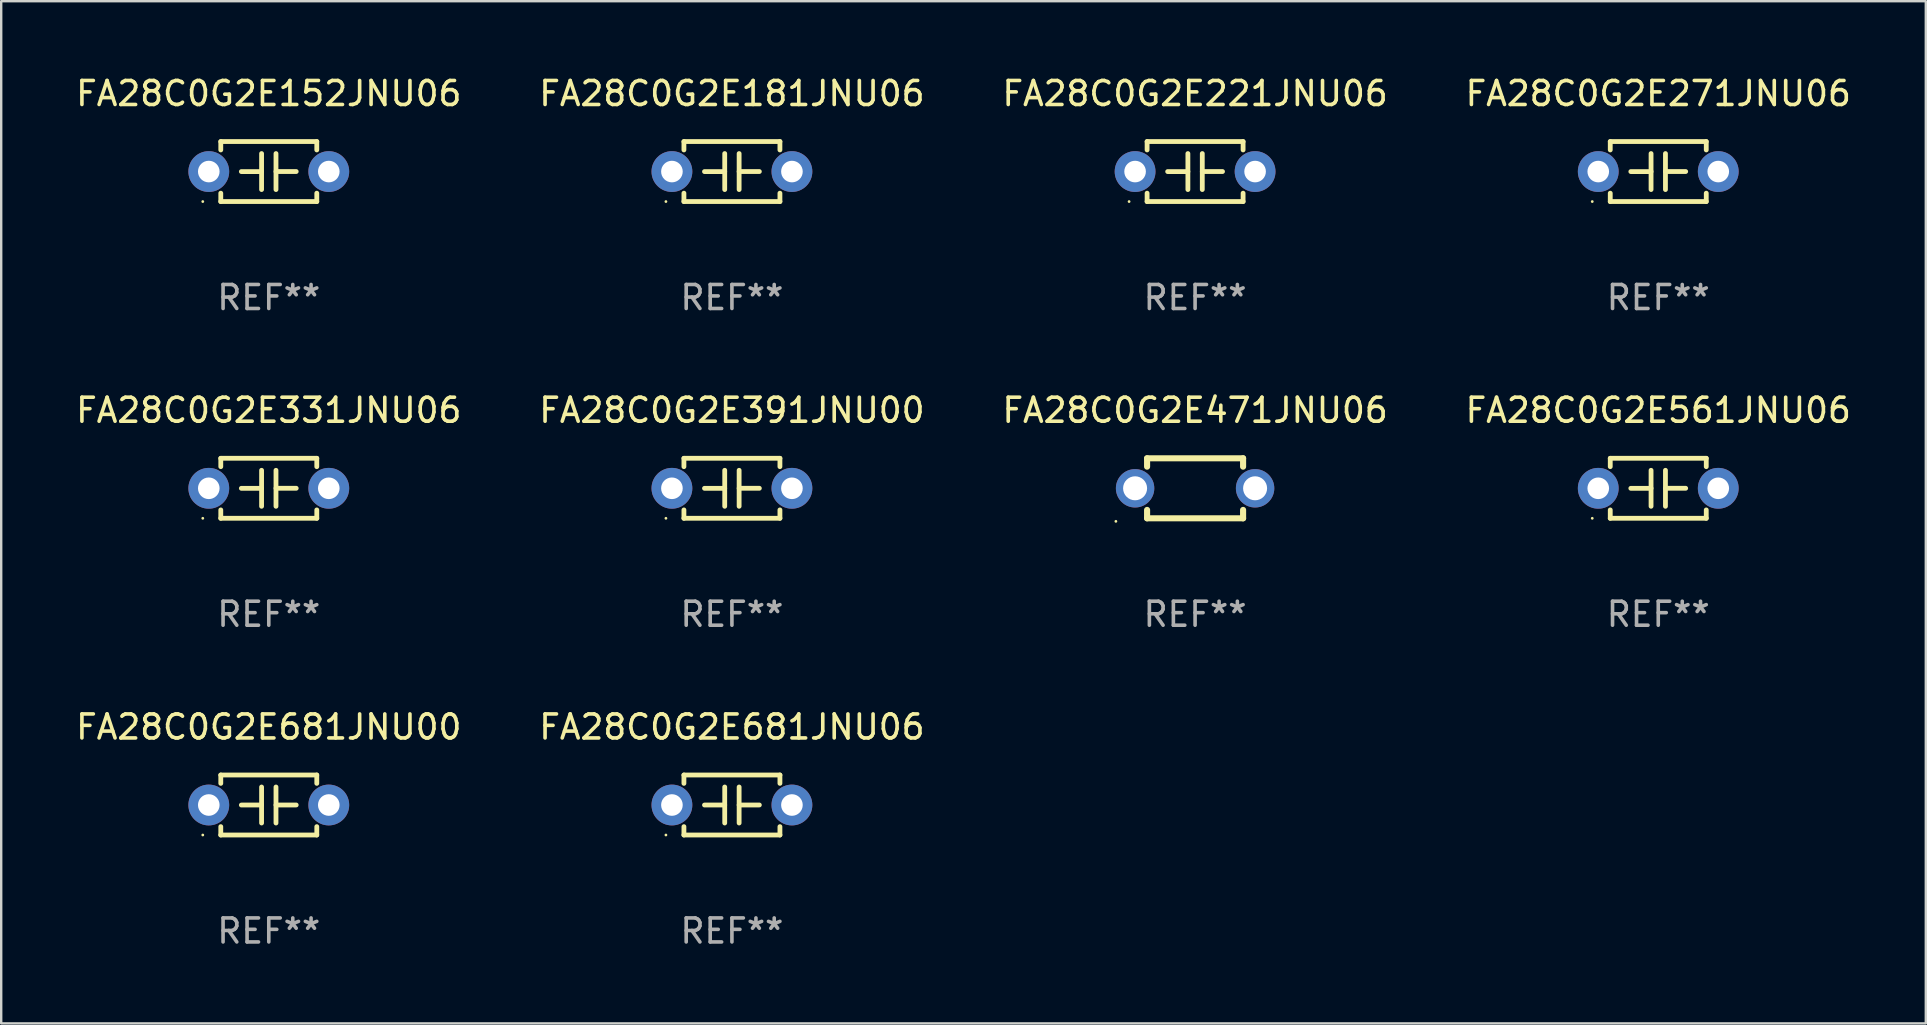
<source format=kicad_pcb>
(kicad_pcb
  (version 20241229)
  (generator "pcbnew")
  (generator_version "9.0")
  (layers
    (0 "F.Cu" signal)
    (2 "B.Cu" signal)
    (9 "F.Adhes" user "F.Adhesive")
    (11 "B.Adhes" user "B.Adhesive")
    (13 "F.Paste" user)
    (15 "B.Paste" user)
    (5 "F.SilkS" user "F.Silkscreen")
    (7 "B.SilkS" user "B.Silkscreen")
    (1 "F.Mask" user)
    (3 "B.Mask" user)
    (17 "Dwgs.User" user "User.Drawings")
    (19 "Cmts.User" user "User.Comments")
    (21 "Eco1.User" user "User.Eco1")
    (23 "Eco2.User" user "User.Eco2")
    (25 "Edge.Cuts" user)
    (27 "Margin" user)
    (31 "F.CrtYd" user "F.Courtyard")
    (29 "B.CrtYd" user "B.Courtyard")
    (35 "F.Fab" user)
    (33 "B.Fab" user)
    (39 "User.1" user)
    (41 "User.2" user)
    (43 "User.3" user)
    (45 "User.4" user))
  (footprint "FA28C0G2E221JNU06"
    (layer "F.Cu")
    (at 46.744 4.098)
    (property "Reference" "FA28C0G2E221JNU06" (at 0 -3.25 0) (layer "F.SilkS") (effects (font (size 1 1) (thickness 0.15))))
    (attr through_hole)
    (fp_line (start -2 -1.25) (end -2 -0.901) (stroke (width 0.2) (type solid)) (layer "F.SilkS"))
    (fp_line (start -2 -1.25) (end 2 -1.25) (stroke (width 0.2) (type solid)) (layer "F.SilkS"))
    (fp_line (start -2 0.901) (end -2 1.25) (stroke (width 0.2) (type solid)) (layer "F.SilkS"))
    (fp_line (start -0.3 -0.75) (end -0.3 0.75) (stroke (width 0.2) (type solid)) (layer "F.SilkS"))
    (fp_line (start -0.3 0.001) (end -1.143 0.001) (stroke (width 0.2) (type solid)) (layer "F.SilkS"))
    (fp_line (start 0.3 -0.001) (end 1.143 -0.001) (stroke (width 0.2) (type solid)) (layer "F.SilkS"))
    (fp_line (start 0.3 0.75) (end 0.3 -0.75) (stroke (width 0.2) (type solid)) (layer "F.SilkS"))
    (fp_line (start 2 -1.25) (end 2 -0.901) (stroke (width 0.2) (type solid)) (layer "F.SilkS"))
    (fp_line (start 2 0.901) (end 2 1.25) (stroke (width 0.2) (type solid)) (layer "F.SilkS"))
    (fp_line (start 2 1.25) (end -2 1.25) (stroke (width 0.2) (type solid)) (layer "F.SilkS"))
    (fp_circle (center -2.75 1.25) (end -2.72 1.25) (stroke (width 0.06) (type solid)) (fill no) (layer "F.SilkS"))
    (fp_text user "REF**" (at 0 5.25 0) (layer "F.Fab") (effects (font (size 1 1) (thickness 0.15))))
    (pad "1" thru_hole circle (at -2.5 0) (size 1.7 1.7) (drill 0.9) (layers "*.Cu" "*.Mask"))
    (pad "2" thru_hole circle (at 2.5 0) (size 1.7 1.7) (drill 0.9) (layers "*.Cu" "*.Mask")))
  (footprint "FA28C0G2E391JNU00"
    (layer "F.Cu")
    (at 27.446 17.295)
    (property "Reference" "FA28C0G2E391JNU00" (at 0 -3.25 0) (layer "F.SilkS") (effects (font (size 1 1) (thickness 0.15))))
    (attr through_hole)
    (fp_line (start -2 -1.25) (end -2 -0.901) (stroke (width 0.2) (type solid)) (layer "F.SilkS"))
    (fp_line (start -2 -1.25) (end 2 -1.25) (stroke (width 0.2) (type solid)) (layer "F.SilkS"))
    (fp_line (start -2 0.901) (end -2 1.25) (stroke (width 0.2) (type solid)) (layer "F.SilkS"))
    (fp_line (start -0.3 -0.75) (end -0.3 0.75) (stroke (width 0.2) (type solid)) (layer "F.SilkS"))
    (fp_line (start -0.3 0.001) (end -1.143 0.001) (stroke (width 0.2) (type solid)) (layer "F.SilkS"))
    (fp_line (start 0.3 -0.001) (end 1.143 -0.001) (stroke (width 0.2) (type solid)) (layer "F.SilkS"))
    (fp_line (start 0.3 0.75) (end 0.3 -0.75) (stroke (width 0.2) (type solid)) (layer "F.SilkS"))
    (fp_line (start 2 -1.25) (end 2 -0.901) (stroke (width 0.2) (type solid)) (layer "F.SilkS"))
    (fp_line (start 2 0.901) (end 2 1.25) (stroke (width 0.2) (type solid)) (layer "F.SilkS"))
    (fp_line (start 2 1.25) (end -2 1.25) (stroke (width 0.2) (type solid)) (layer "F.SilkS"))
    (fp_circle (center -2.75 1.25) (end -2.72 1.25) (stroke (width 0.06) (type solid)) (fill no) (layer "F.SilkS"))
    (fp_text user "REF**" (at 0 5.25 0) (layer "F.Fab") (effects (font (size 1 1) (thickness 0.15))))
    (pad "1" thru_hole circle (at -2.5 0) (size 1.7 1.7) (drill 0.9) (layers "*.Cu" "*.Mask"))
    (pad "2" thru_hole circle (at 2.5 0) (size 1.7 1.7) (drill 0.9) (layers "*.Cu" "*.Mask")))
  (footprint "FA28C0G2E331JNU06"
    (layer "F.Cu")
    (at 8.149 17.295)
    (property "Reference" "FA28C0G2E331JNU06" (at 0 -3.25 0) (layer "F.SilkS") (effects (font (size 1 1) (thickness 0.15))))
    (attr through_hole)
    (fp_line (start -2 -1.25) (end -2 -0.901) (stroke (width 0.2) (type solid)) (layer "F.SilkS"))
    (fp_line (start -2 -1.25) (end 2 -1.25) (stroke (width 0.2) (type solid)) (layer "F.SilkS"))
    (fp_line (start -2 0.901) (end -2 1.25) (stroke (width 0.2) (type solid)) (layer "F.SilkS"))
    (fp_line (start -0.3 -0.75) (end -0.3 0.75) (stroke (width 0.2) (type solid)) (layer "F.SilkS"))
    (fp_line (start -0.3 0.001) (end -1.143 0.001) (stroke (width 0.2) (type solid)) (layer "F.SilkS"))
    (fp_line (start 0.3 -0.001) (end 1.143 -0.001) (stroke (width 0.2) (type solid)) (layer "F.SilkS"))
    (fp_line (start 0.3 0.75) (end 0.3 -0.75) (stroke (width 0.2) (type solid)) (layer "F.SilkS"))
    (fp_line (start 2 -1.25) (end 2 -0.901) (stroke (width 0.2) (type solid)) (layer "F.SilkS"))
    (fp_line (start 2 0.901) (end 2 1.25) (stroke (width 0.2) (type solid)) (layer "F.SilkS"))
    (fp_line (start 2 1.25) (end -2 1.25) (stroke (width 0.2) (type solid)) (layer "F.SilkS"))
    (fp_circle (center -2.75 1.25) (end -2.72 1.25) (stroke (width 0.06) (type solid)) (fill no) (layer "F.SilkS"))
    (fp_text user "REF**" (at 0 5.25 0) (layer "F.Fab") (effects (font (size 1 1) (thickness 0.15))))
    (pad "1" thru_hole circle (at -2.5 0) (size 1.7 1.7) (drill 0.9) (layers "*.Cu" "*.Mask"))
    (pad "2" thru_hole circle (at 2.5 0) (size 1.7 1.7) (drill 0.9) (layers "*.Cu" "*.Mask")))
  (footprint "FA28C0G2E561JNU06"
    (layer "F.Cu")
    (at 66.042 17.295)
    (property "Reference" "FA28C0G2E561JNU06" (at 0 -3.25 0) (layer "F.SilkS") (effects (font (size 1 1) (thickness 0.15))))
    (attr through_hole)
    (fp_line (start -2 -1.25) (end -2 -0.901) (stroke (width 0.2) (type solid)) (layer "F.SilkS"))
    (fp_line (start -2 -1.25) (end 2 -1.25) (stroke (width 0.2) (type solid)) (layer "F.SilkS"))
    (fp_line (start -2 0.901) (end -2 1.25) (stroke (width 0.2) (type solid)) (layer "F.SilkS"))
    (fp_line (start -0.3 -0.75) (end -0.3 0.75) (stroke (width 0.2) (type solid)) (layer "F.SilkS"))
    (fp_line (start -0.3 0.001) (end -1.143 0.001) (stroke (width 0.2) (type solid)) (layer "F.SilkS"))
    (fp_line (start 0.3 -0.001) (end 1.143 -0.001) (stroke (width 0.2) (type solid)) (layer "F.SilkS"))
    (fp_line (start 0.3 0.75) (end 0.3 -0.75) (stroke (width 0.2) (type solid)) (layer "F.SilkS"))
    (fp_line (start 2 -1.25) (end 2 -0.901) (stroke (width 0.2) (type solid)) (layer "F.SilkS"))
    (fp_line (start 2 0.901) (end 2 1.25) (stroke (width 0.2) (type solid)) (layer "F.SilkS"))
    (fp_line (start 2 1.25) (end -2 1.25) (stroke (width 0.2) (type solid)) (layer "F.SilkS"))
    (fp_circle (center -2.75 1.25) (end -2.72 1.25) (stroke (width 0.06) (type solid)) (fill no) (layer "F.SilkS"))
    (fp_text user "REF**" (at 0 5.25 0) (layer "F.Fab") (effects (font (size 1 1) (thickness 0.15))))
    (pad "1" thru_hole circle (at -2.5 0) (size 1.7 1.7) (drill 0.9) (layers "*.Cu" "*.Mask"))
    (pad "2" thru_hole circle (at 2.5 0) (size 1.7 1.7) (drill 0.9) (layers "*.Cu" "*.Mask")))
  (footprint "FA28C0G2E181JNU06"
    (layer "F.Cu")
    (at 27.446 4.098)
    (property "Reference" "FA28C0G2E181JNU06" (at 0 -3.25 0) (layer "F.SilkS") (effects (font (size 1 1) (thickness 0.15))))
    (attr through_hole)
    (fp_line (start -2 -1.25) (end -2 -0.901) (stroke (width 0.2) (type solid)) (layer "F.SilkS"))
    (fp_line (start -2 -1.25) (end 2 -1.25) (stroke (width 0.2) (type solid)) (layer "F.SilkS"))
    (fp_line (start -2 0.901) (end -2 1.25) (stroke (width 0.2) (type solid)) (layer "F.SilkS"))
    (fp_line (start -0.3 -0.75) (end -0.3 0.75) (stroke (width 0.2) (type solid)) (layer "F.SilkS"))
    (fp_line (start -0.3 0.001) (end -1.143 0.001) (stroke (width 0.2) (type solid)) (layer "F.SilkS"))
    (fp_line (start 0.3 -0.001) (end 1.143 -0.001) (stroke (width 0.2) (type solid)) (layer "F.SilkS"))
    (fp_line (start 0.3 0.75) (end 0.3 -0.75) (stroke (width 0.2) (type solid)) (layer "F.SilkS"))
    (fp_line (start 2 -1.25) (end 2 -0.901) (stroke (width 0.2) (type solid)) (layer "F.SilkS"))
    (fp_line (start 2 0.901) (end 2 1.25) (stroke (width 0.2) (type solid)) (layer "F.SilkS"))
    (fp_line (start 2 1.25) (end -2 1.25) (stroke (width 0.2) (type solid)) (layer "F.SilkS"))
    (fp_circle (center -2.75 1.25) (end -2.72 1.25) (stroke (width 0.06) (type solid)) (fill no) (layer "F.SilkS"))
    (fp_text user "REF**" (at 0 5.25 0) (layer "F.Fab") (effects (font (size 1 1) (thickness 0.15))))
    (pad "1" thru_hole circle (at -2.5 0) (size 1.7 1.7) (drill 0.9) (layers "*.Cu" "*.Mask"))
    (pad "2" thru_hole circle (at 2.5 0) (size 1.7 1.7) (drill 0.9) (layers "*.Cu" "*.Mask")))
  (footprint "FA28C0G2E681JNU00"
    (layer "F.Cu")
    (at 8.149 30.491)
    (property "Reference" "FA28C0G2E681JNU00" (at 0 -3.25 0) (layer "F.SilkS") (effects (font (size 1 1) (thickness 0.15))))
    (attr through_hole)
    (fp_line (start -2 -1.25) (end -2 -0.901) (stroke (width 0.2) (type solid)) (layer "F.SilkS"))
    (fp_line (start -2 -1.25) (end 2 -1.25) (stroke (width 0.2) (type solid)) (layer "F.SilkS"))
    (fp_line (start -2 0.901) (end -2 1.25) (stroke (width 0.2) (type solid)) (layer "F.SilkS"))
    (fp_line (start -0.3 -0.75) (end -0.3 0.75) (stroke (width 0.2) (type solid)) (layer "F.SilkS"))
    (fp_line (start -0.3 0.001) (end -1.143 0.001) (stroke (width 0.2) (type solid)) (layer "F.SilkS"))
    (fp_line (start 0.3 -0.001) (end 1.143 -0.001) (stroke (width 0.2) (type solid)) (layer "F.SilkS"))
    (fp_line (start 0.3 0.75) (end 0.3 -0.75) (stroke (width 0.2) (type solid)) (layer "F.SilkS"))
    (fp_line (start 2 -1.25) (end 2 -0.901) (stroke (width 0.2) (type solid)) (layer "F.SilkS"))
    (fp_line (start 2 0.901) (end 2 1.25) (stroke (width 0.2) (type solid)) (layer "F.SilkS"))
    (fp_line (start 2 1.25) (end -2 1.25) (stroke (width 0.2) (type solid)) (layer "F.SilkS"))
    (fp_circle (center -2.75 1.25) (end -2.72 1.25) (stroke (width 0.06) (type solid)) (fill no) (layer "F.SilkS"))
    (fp_text user "REF**" (at 0 5.25 0) (layer "F.Fab") (effects (font (size 1 1) (thickness 0.15))))
    (pad "1" thru_hole circle (at -2.5 0) (size 1.7 1.7) (drill 0.9) (layers "*.Cu" "*.Mask"))
    (pad "2" thru_hole circle (at 2.5 0) (size 1.7 1.7) (drill 0.9) (layers "*.Cu" "*.Mask")))
  (footprint "FA28C0G2E152JNU06"
    (layer "F.Cu")
    (at 8.149 4.098)
    (property "Reference" "FA28C0G2E152JNU06" (at 0 -3.25 0) (layer "F.SilkS") (effects (font (size 1 1) (thickness 0.15))))
    (attr through_hole)
    (fp_line (start -2 -1.25) (end -2 -0.901) (stroke (width 0.2) (type solid)) (layer "F.SilkS"))
    (fp_line (start -2 -1.25) (end 2 -1.25) (stroke (width 0.2) (type solid)) (layer "F.SilkS"))
    (fp_line (start -2 0.901) (end -2 1.25) (stroke (width 0.2) (type solid)) (layer "F.SilkS"))
    (fp_line (start -0.3 -0.75) (end -0.3 0.75) (stroke (width 0.2) (type solid)) (layer "F.SilkS"))
    (fp_line (start -0.3 0.001) (end -1.143 0.001) (stroke (width 0.2) (type solid)) (layer "F.SilkS"))
    (fp_line (start 0.3 -0.001) (end 1.143 -0.001) (stroke (width 0.2) (type solid)) (layer "F.SilkS"))
    (fp_line (start 0.3 0.75) (end 0.3 -0.75) (stroke (width 0.2) (type solid)) (layer "F.SilkS"))
    (fp_line (start 2 -1.25) (end 2 -0.901) (stroke (width 0.2) (type solid)) (layer "F.SilkS"))
    (fp_line (start 2 0.901) (end 2 1.25) (stroke (width 0.2) (type solid)) (layer "F.SilkS"))
    (fp_line (start 2 1.25) (end -2 1.25) (stroke (width 0.2) (type solid)) (layer "F.SilkS"))
    (fp_circle (center -2.75 1.25) (end -2.72 1.25) (stroke (width 0.06) (type solid)) (fill no) (layer "F.SilkS"))
    (fp_text user "REF**" (at 0 5.25 0) (layer "F.Fab") (effects (font (size 1 1) (thickness 0.15))))
    (pad "1" thru_hole circle (at -2.5 0) (size 1.7 1.7) (drill 0.9) (layers "*.Cu" "*.Mask"))
    (pad "2" thru_hole circle (at 2.5 0) (size 1.7 1.7) (drill 0.9) (layers "*.Cu" "*.Mask")))
  (footprint "FA28C0G2E271JNU06"
    (layer "F.Cu")
    (at 66.042 4.098)
    (property "Reference" "FA28C0G2E271JNU06" (at 0 -3.25 0) (layer "F.SilkS") (effects (font (size 1 1) (thickness 0.15))))
    (attr through_hole)
    (fp_line (start -2 -1.25) (end -2 -0.901) (stroke (width 0.2) (type solid)) (layer "F.SilkS"))
    (fp_line (start -2 -1.25) (end 2 -1.25) (stroke (width 0.2) (type solid)) (layer "F.SilkS"))
    (fp_line (start -2 0.901) (end -2 1.25) (stroke (width 0.2) (type solid)) (layer "F.SilkS"))
    (fp_line (start -0.3 -0.75) (end -0.3 0.75) (stroke (width 0.2) (type solid)) (layer "F.SilkS"))
    (fp_line (start -0.3 0.001) (end -1.143 0.001) (stroke (width 0.2) (type solid)) (layer "F.SilkS"))
    (fp_line (start 0.3 -0.001) (end 1.143 -0.001) (stroke (width 0.2) (type solid)) (layer "F.SilkS"))
    (fp_line (start 0.3 0.75) (end 0.3 -0.75) (stroke (width 0.2) (type solid)) (layer "F.SilkS"))
    (fp_line (start 2 -1.25) (end 2 -0.901) (stroke (width 0.2) (type solid)) (layer "F.SilkS"))
    (fp_line (start 2 0.901) (end 2 1.25) (stroke (width 0.2) (type solid)) (layer "F.SilkS"))
    (fp_line (start 2 1.25) (end -2 1.25) (stroke (width 0.2) (type solid)) (layer "F.SilkS"))
    (fp_circle (center -2.75 1.25) (end -2.72 1.25) (stroke (width 0.06) (type solid)) (fill no) (layer "F.SilkS"))
    (fp_text user "REF**" (at 0 5.25 0) (layer "F.Fab") (effects (font (size 1 1) (thickness 0.15))))
    (pad "1" thru_hole circle (at -2.5 0) (size 1.7 1.7) (drill 0.9) (layers "*.Cu" "*.Mask"))
    (pad "2" thru_hole circle (at 2.5 0) (size 1.7 1.7) (drill 0.9) (layers "*.Cu" "*.Mask")))
  (footprint "FA28C0G2E471JNU06"
    (layer "F.Cu")
    (at 46.744 17.295)
    (property "Reference" "FA28C0G2E471JNU06" (at 0 -3.25 0) (layer "F.SilkS") (effects (font (size 1 1) (thickness 0.15))))
    (attr through_hole)
    (fp_line (start -2 -1.25) (end -2 -0.901) (stroke (width 0.254) (type solid)) (layer "F.SilkS"))
    (fp_line (start -2 -1.25) (end 2 -1.25) (stroke (width 0.254) (type solid)) (layer "F.SilkS"))
    (fp_line (start -2 0.901) (end -2 1.25) (stroke (width 0.254) (type solid)) (layer "F.SilkS"))
    (fp_line (start 2 -1.25) (end 2 -0.901) (stroke (width 0.254) (type solid)) (layer "F.SilkS"))
    (fp_line (start 2 0.901) (end 2 1.25) (stroke (width 0.254) (type solid)) (layer "F.SilkS"))
    (fp_line (start 2 1.25) (end -2 1.25) (stroke (width 0.254) (type solid)) (layer "F.SilkS"))
    (fp_circle (center -3.3 1.377) (end -3.27 1.377) (stroke (width 0.06) (type solid)) (fill no) (layer "F.SilkS"))
    (fp_text user "REF**" (at 0 5.25 0) (layer "F.Fab") (effects (font (size 1 1) (thickness 0.15))))
    (pad "1" thru_hole circle (at -2.5 0) (size 1.6 1.6) (drill 1) (layers "*.Cu" "*.Mask"))
    (pad "2" thru_hole circle (at 2.5 0) (size 1.6 1.6) (drill 1) (layers "*.Cu" "*.Mask")))
  (footprint "FA28C0G2E681JNU06"
    (layer "F.Cu")
    (at 27.446 30.491)
    (property "Reference" "FA28C0G2E681JNU06" (at 0 -3.25 0) (layer "F.SilkS") (effects (font (size 1 1) (thickness 0.15))))
    (attr through_hole)
    (fp_line (start -2 -1.25) (end -2 -0.901) (stroke (width 0.2) (type solid)) (layer "F.SilkS"))
    (fp_line (start -2 -1.25) (end 2 -1.25) (stroke (width 0.2) (type solid)) (layer "F.SilkS"))
    (fp_line (start -2 0.901) (end -2 1.25) (stroke (width 0.2) (type solid)) (layer "F.SilkS"))
    (fp_line (start -0.3 -0.75) (end -0.3 0.75) (stroke (width 0.2) (type solid)) (layer "F.SilkS"))
    (fp_line (start -0.3 0.001) (end -1.143 0.001) (stroke (width 0.2) (type solid)) (layer "F.SilkS"))
    (fp_line (start 0.3 -0.001) (end 1.143 -0.001) (stroke (width 0.2) (type solid)) (layer "F.SilkS"))
    (fp_line (start 0.3 0.75) (end 0.3 -0.75) (stroke (width 0.2) (type solid)) (layer "F.SilkS"))
    (fp_line (start 2 -1.25) (end 2 -0.901) (stroke (width 0.2) (type solid)) (layer "F.SilkS"))
    (fp_line (start 2 0.901) (end 2 1.25) (stroke (width 0.2) (type solid)) (layer "F.SilkS"))
    (fp_line (start 2 1.25) (end -2 1.25) (stroke (width 0.2) (type solid)) (layer "F.SilkS"))
    (fp_circle (center -2.75 1.25) (end -2.72 1.25) (stroke (width 0.06) (type solid)) (fill no) (layer "F.SilkS"))
    (fp_text user "REF**" (at 0 5.25 0) (layer "F.Fab") (effects (font (size 1 1) (thickness 0.15))))
    (pad "1" thru_hole circle (at -2.5 0) (size 1.7 1.7) (drill 0.9) (layers "*.Cu" "*.Mask"))
    (pad "2" thru_hole circle (at 2.5 0) (size 1.7 1.7) (drill 0.9) (layers "*.Cu" "*.Mask")))
  (gr_rect
    (start -3 -3)
    (end 77.19 39.59)
    (stroke (width 0.1) (type default))
    (fill no)
    (layer "Edge.Cuts")))
</source>
